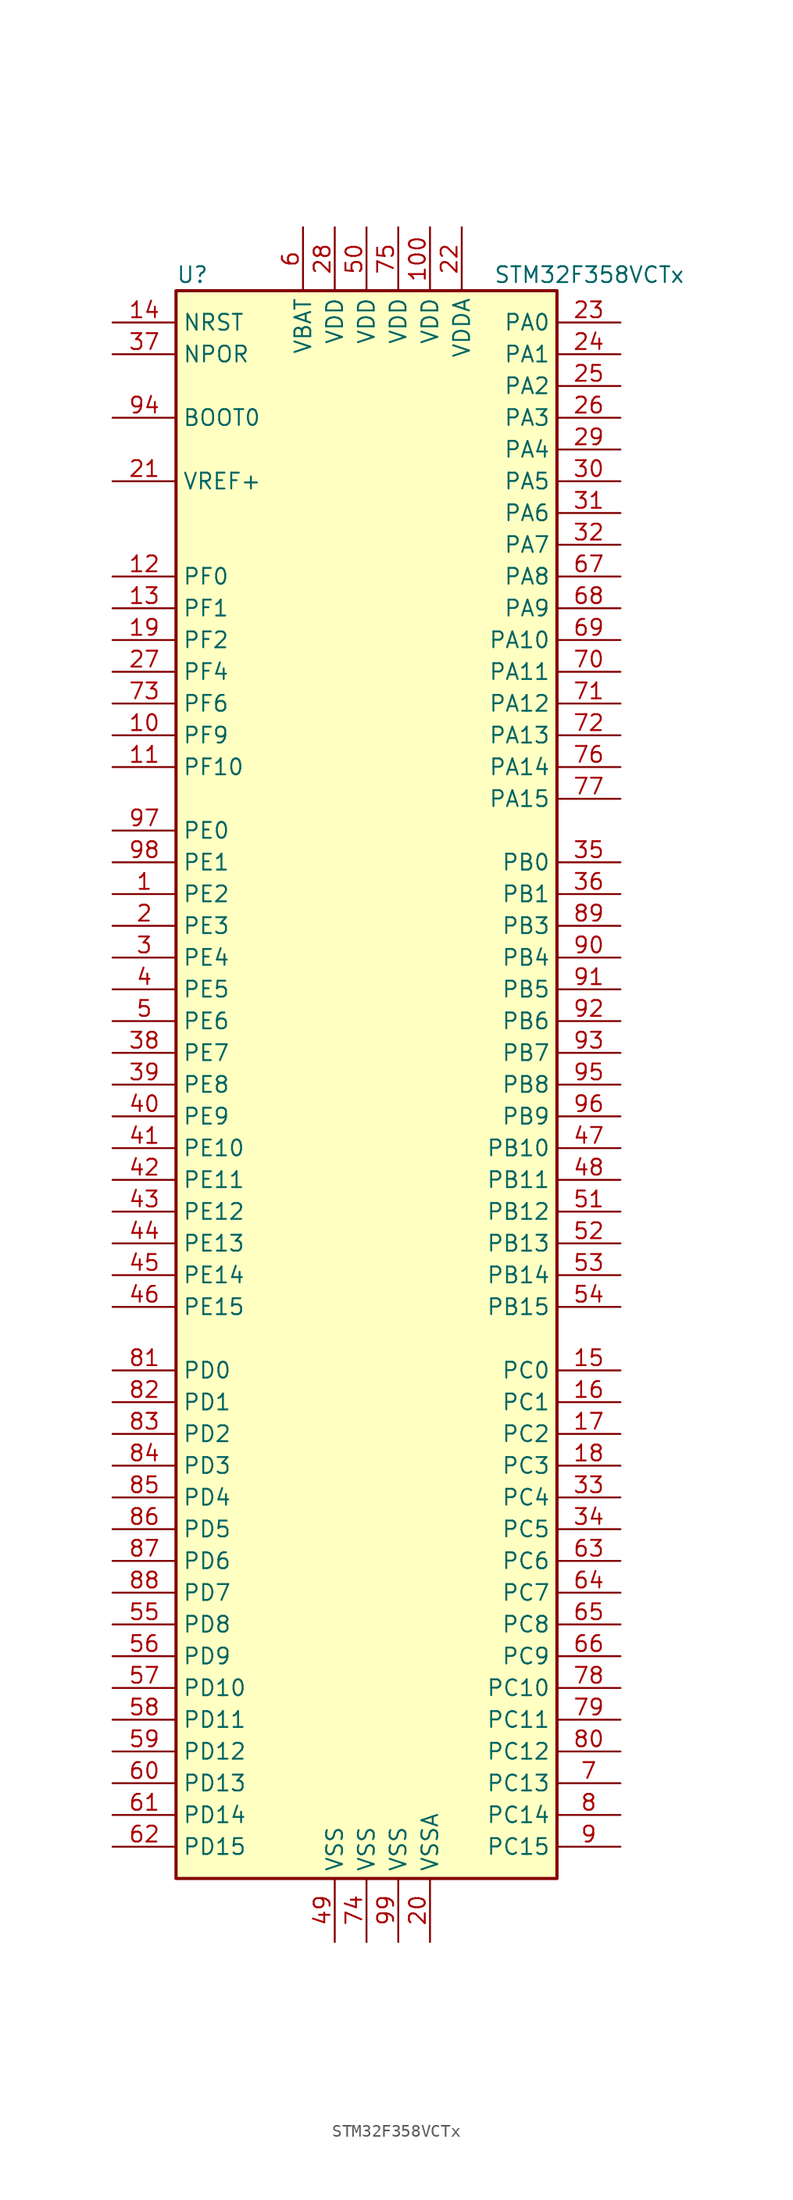
<source format=kicad_sym>
(kicad_symbol_lib
  (version 20201005)
  (generator kicad_symbol_editor)
  (symbol "STM32F358VCTx"
    (property "Reference" "U"
      (at -15.24 64.77 0)
      (effects (font (size 1.27 1.27)) (justify left)))
    (property "Value" "STM32F358VCTx"
      (at 10.16 64.77 0)
      (effects (font (size 1.27 1.27)) (justify left)))
    (symbol "STM32F358VCTx_0_1"
      (rectangle (start -15.24 -63.5) (end 15.24 63.5) (stroke (width 0.254)) (fill (type background))))
    (symbol "STM32F358VCTx_1_1"
      (pin bidirectional line (at -20.32 15.24 0) (length 5.08) (name "PE2" (effects (font (size 1.27 1.27)))) (number "1" (effects (font (size 1.27 1.27)))))
      (pin bidirectional line (at -20.32 27.94 0) (length 5.08) (name "PF9" (effects (font (size 1.27 1.27)))) (number "10" (effects (font (size 1.27 1.27)))))
      (pin power_in line (at 5.08 68.58 270) (length 5.08) (name "VDD" (effects (font (size 1.27 1.27)))) (number "100" (effects (font (size 1.27 1.27)))))
      (pin bidirectional line (at -20.32 25.4 0) (length 5.08) (name "PF10" (effects (font (size 1.27 1.27)))) (number "11" (effects (font (size 1.27 1.27)))))
      (pin input line (at -20.32 40.64 0) (length 5.08) (name "PF0" (effects (font (size 1.27 1.27)))) (number "12" (effects (font (size 1.27 1.27)))))
      (pin input line (at -20.32 38.1 0) (length 5.08) (name "PF1" (effects (font (size 1.27 1.27)))) (number "13" (effects (font (size 1.27 1.27)))))
      (pin input line (at -20.32 60.96 0) (length 5.08) (name "NRST" (effects (font (size 1.27 1.27)))) (number "14" (effects (font (size 1.27 1.27)))))
      (pin bidirectional line (at 20.32 -22.86 180) (length 5.08) (name "PC0" (effects (font (size 1.27 1.27)))) (number "15" (effects (font (size 1.27 1.27)))))
      (pin bidirectional line (at 20.32 -25.4 180) (length 5.08) (name "PC1" (effects (font (size 1.27 1.27)))) (number "16" (effects (font (size 1.27 1.27)))))
      (pin bidirectional line (at 20.32 -27.94 180) (length 5.08) (name "PC2" (effects (font (size 1.27 1.27)))) (number "17" (effects (font (size 1.27 1.27)))))
      (pin bidirectional line (at 20.32 -30.48 180) (length 5.08) (name "PC3" (effects (font (size 1.27 1.27)))) (number "18" (effects (font (size 1.27 1.27)))))
      (pin bidirectional line (at -20.32 35.56 0) (length 5.08) (name "PF2" (effects (font (size 1.27 1.27)))) (number "19" (effects (font (size 1.27 1.27)))))
      (pin bidirectional line (at -20.32 12.7 0) (length 5.08) (name "PE3" (effects (font (size 1.27 1.27)))) (number "2" (effects (font (size 1.27 1.27)))))
      (pin power_in line (at 5.08 -68.58 90) (length 5.08) (name "VSSA" (effects (font (size 1.27 1.27)))) (number "20" (effects (font (size 1.27 1.27)))))
      (pin power_in line (at -20.32 48.26 0) (length 5.08) (name "VREF+" (effects (font (size 1.27 1.27)))) (number "21" (effects (font (size 1.27 1.27)))))
      (pin power_in line (at 7.62 68.58 270) (length 5.08) (name "VDDA" (effects (font (size 1.27 1.27)))) (number "22" (effects (font (size 1.27 1.27)))))
      (pin bidirectional line (at 20.32 60.96 180) (length 5.08) (name "PA0" (effects (font (size 1.27 1.27)))) (number "23" (effects (font (size 1.27 1.27)))))
      (pin bidirectional line (at 20.32 58.42 180) (length 5.08) (name "PA1" (effects (font (size 1.27 1.27)))) (number "24" (effects (font (size 1.27 1.27)))))
      (pin bidirectional line (at 20.32 55.88 180) (length 5.08) (name "PA2" (effects (font (size 1.27 1.27)))) (number "25" (effects (font (size 1.27 1.27)))))
      (pin bidirectional line (at 20.32 53.34 180) (length 5.08) (name "PA3" (effects (font (size 1.27 1.27)))) (number "26" (effects (font (size 1.27 1.27)))))
      (pin bidirectional line (at -20.32 33.02 0) (length 5.08) (name "PF4" (effects (font (size 1.27 1.27)))) (number "27" (effects (font (size 1.27 1.27)))))
      (pin power_in line (at -2.54 68.58 270) (length 5.08) (name "VDD" (effects (font (size 1.27 1.27)))) (number "28" (effects (font (size 1.27 1.27)))))
      (pin bidirectional line (at 20.32 50.8 180) (length 5.08) (name "PA4" (effects (font (size 1.27 1.27)))) (number "29" (effects (font (size 1.27 1.27)))))
      (pin bidirectional line (at -20.32 10.16 0) (length 5.08) (name "PE4" (effects (font (size 1.27 1.27)))) (number "3" (effects (font (size 1.27 1.27)))))
      (pin bidirectional line (at 20.32 48.26 180) (length 5.08) (name "PA5" (effects (font (size 1.27 1.27)))) (number "30" (effects (font (size 1.27 1.27)))))
      (pin bidirectional line (at 20.32 45.72 180) (length 5.08) (name "PA6" (effects (font (size 1.27 1.27)))) (number "31" (effects (font (size 1.27 1.27)))))
      (pin bidirectional line (at 20.32 43.18 180) (length 5.08) (name "PA7" (effects (font (size 1.27 1.27)))) (number "32" (effects (font (size 1.27 1.27)))))
      (pin bidirectional line (at 20.32 -33.02 180) (length 5.08) (name "PC4" (effects (font (size 1.27 1.27)))) (number "33" (effects (font (size 1.27 1.27)))))
      (pin bidirectional line (at 20.32 -35.56 180) (length 5.08) (name "PC5" (effects (font (size 1.27 1.27)))) (number "34" (effects (font (size 1.27 1.27)))))
      (pin bidirectional line (at 20.32 17.78 180) (length 5.08) (name "PB0" (effects (font (size 1.27 1.27)))) (number "35" (effects (font (size 1.27 1.27)))))
      (pin bidirectional line (at 20.32 15.24 180) (length 5.08) (name "PB1" (effects (font (size 1.27 1.27)))) (number "36" (effects (font (size 1.27 1.27)))))
      (pin input line (at -20.32 58.42 0) (length 5.08) (name "NPOR" (effects (font (size 1.27 1.27)))) (number "37" (effects (font (size 1.27 1.27)))))
      (pin bidirectional line (at -20.32 2.54 0) (length 5.08) (name "PE7" (effects (font (size 1.27 1.27)))) (number "38" (effects (font (size 1.27 1.27)))))
      (pin bidirectional line (at -20.32 0 0) (length 5.08) (name "PE8" (effects (font (size 1.27 1.27)))) (number "39" (effects (font (size 1.27 1.27)))))
      (pin bidirectional line (at -20.32 7.62 0) (length 5.08) (name "PE5" (effects (font (size 1.27 1.27)))) (number "4" (effects (font (size 1.27 1.27)))))
      (pin bidirectional line (at -20.32 -2.54 0) (length 5.08) (name "PE9" (effects (font (size 1.27 1.27)))) (number "40" (effects (font (size 1.27 1.27)))))
      (pin bidirectional line (at -20.32 -5.08 0) (length 5.08) (name "PE10" (effects (font (size 1.27 1.27)))) (number "41" (effects (font (size 1.27 1.27)))))
      (pin bidirectional line (at -20.32 -7.62 0) (length 5.08) (name "PE11" (effects (font (size 1.27 1.27)))) (number "42" (effects (font (size 1.27 1.27)))))
      (pin bidirectional line (at -20.32 -10.16 0) (length 5.08) (name "PE12" (effects (font (size 1.27 1.27)))) (number "43" (effects (font (size 1.27 1.27)))))
      (pin bidirectional line (at -20.32 -12.7 0) (length 5.08) (name "PE13" (effects (font (size 1.27 1.27)))) (number "44" (effects (font (size 1.27 1.27)))))
      (pin bidirectional line (at -20.32 -15.24 0) (length 5.08) (name "PE14" (effects (font (size 1.27 1.27)))) (number "45" (effects (font (size 1.27 1.27)))))
      (pin bidirectional line (at -20.32 -17.78 0) (length 5.08) (name "PE15" (effects (font (size 1.27 1.27)))) (number "46" (effects (font (size 1.27 1.27)))))
      (pin bidirectional line (at 20.32 -5.08 180) (length 5.08) (name "PB10" (effects (font (size 1.27 1.27)))) (number "47" (effects (font (size 1.27 1.27)))))
      (pin bidirectional line (at 20.32 -7.62 180) (length 5.08) (name "PB11" (effects (font (size 1.27 1.27)))) (number "48" (effects (font (size 1.27 1.27)))))
      (pin power_in line (at -2.54 -68.58 90) (length 5.08) (name "VSS" (effects (font (size 1.27 1.27)))) (number "49" (effects (font (size 1.27 1.27)))))
      (pin bidirectional line (at -20.32 5.08 0) (length 5.08) (name "PE6" (effects (font (size 1.27 1.27)))) (number "5" (effects (font (size 1.27 1.27)))))
      (pin power_in line (at 0 68.58 270) (length 5.08) (name "VDD" (effects (font (size 1.27 1.27)))) (number "50" (effects (font (size 1.27 1.27)))))
      (pin bidirectional line (at 20.32 -10.16 180) (length 5.08) (name "PB12" (effects (font (size 1.27 1.27)))) (number "51" (effects (font (size 1.27 1.27)))))
      (pin bidirectional line (at 20.32 -12.7 180) (length 5.08) (name "PB13" (effects (font (size 1.27 1.27)))) (number "52" (effects (font (size 1.27 1.27)))))
      (pin bidirectional line (at 20.32 -15.24 180) (length 5.08) (name "PB14" (effects (font (size 1.27 1.27)))) (number "53" (effects (font (size 1.27 1.27)))))
      (pin bidirectional line (at 20.32 -17.78 180) (length 5.08) (name "PB15" (effects (font (size 1.27 1.27)))) (number "54" (effects (font (size 1.27 1.27)))))
      (pin bidirectional line (at -20.32 -43.18 0) (length 5.08) (name "PD8" (effects (font (size 1.27 1.27)))) (number "55" (effects (font (size 1.27 1.27)))))
      (pin bidirectional line (at -20.32 -45.72 0) (length 5.08) (name "PD9" (effects (font (size 1.27 1.27)))) (number "56" (effects (font (size 1.27 1.27)))))
      (pin bidirectional line (at -20.32 -48.26 0) (length 5.08) (name "PD10" (effects (font (size 1.27 1.27)))) (number "57" (effects (font (size 1.27 1.27)))))
      (pin bidirectional line (at -20.32 -50.8 0) (length 5.08) (name "PD11" (effects (font (size 1.27 1.27)))) (number "58" (effects (font (size 1.27 1.27)))))
      (pin bidirectional line (at -20.32 -53.34 0) (length 5.08) (name "PD12" (effects (font (size 1.27 1.27)))) (number "59" (effects (font (size 1.27 1.27)))))
      (pin power_in line (at -5.08 68.58 270) (length 5.08) (name "VBAT" (effects (font (size 1.27 1.27)))) (number "6" (effects (font (size 1.27 1.27)))))
      (pin bidirectional line (at -20.32 -55.88 0) (length 5.08) (name "PD13" (effects (font (size 1.27 1.27)))) (number "60" (effects (font (size 1.27 1.27)))))
      (pin bidirectional line (at -20.32 -58.42 0) (length 5.08) (name "PD14" (effects (font (size 1.27 1.27)))) (number "61" (effects (font (size 1.27 1.27)))))
      (pin bidirectional line (at -20.32 -60.96 0) (length 5.08) (name "PD15" (effects (font (size 1.27 1.27)))) (number "62" (effects (font (size 1.27 1.27)))))
      (pin bidirectional line (at 20.32 -38.1 180) (length 5.08) (name "PC6" (effects (font (size 1.27 1.27)))) (number "63" (effects (font (size 1.27 1.27)))))
      (pin bidirectional line (at 20.32 -40.64 180) (length 5.08) (name "PC7" (effects (font (size 1.27 1.27)))) (number "64" (effects (font (size 1.27 1.27)))))
      (pin bidirectional line (at 20.32 -43.18 180) (length 5.08) (name "PC8" (effects (font (size 1.27 1.27)))) (number "65" (effects (font (size 1.27 1.27)))))
      (pin bidirectional line (at 20.32 -45.72 180) (length 5.08) (name "PC9" (effects (font (size 1.27 1.27)))) (number "66" (effects (font (size 1.27 1.27)))))
      (pin bidirectional line (at 20.32 40.64 180) (length 5.08) (name "PA8" (effects (font (size 1.27 1.27)))) (number "67" (effects (font (size 1.27 1.27)))))
      (pin bidirectional line (at 20.32 38.1 180) (length 5.08) (name "PA9" (effects (font (size 1.27 1.27)))) (number "68" (effects (font (size 1.27 1.27)))))
      (pin bidirectional line (at 20.32 35.56 180) (length 5.08) (name "PA10" (effects (font (size 1.27 1.27)))) (number "69" (effects (font (size 1.27 1.27)))))
      (pin bidirectional line (at 20.32 -55.88 180) (length 5.08) (name "PC13" (effects (font (size 1.27 1.27)))) (number "7" (effects (font (size 1.27 1.27)))))
      (pin bidirectional line (at 20.32 33.02 180) (length 5.08) (name "PA11" (effects (font (size 1.27 1.27)))) (number "70" (effects (font (size 1.27 1.27)))))
      (pin bidirectional line (at 20.32 30.48 180) (length 5.08) (name "PA12" (effects (font (size 1.27 1.27)))) (number "71" (effects (font (size 1.27 1.27)))))
      (pin bidirectional line (at 20.32 27.94 180) (length 5.08) (name "PA13" (effects (font (size 1.27 1.27)))) (number "72" (effects (font (size 1.27 1.27)))))
      (pin bidirectional line (at -20.32 30.48 0) (length 5.08) (name "PF6" (effects (font (size 1.27 1.27)))) (number "73" (effects (font (size 1.27 1.27)))))
      (pin power_in line (at 0 -68.58 90) (length 5.08) (name "VSS" (effects (font (size 1.27 1.27)))) (number "74" (effects (font (size 1.27 1.27)))))
      (pin power_in line (at 2.54 68.58 270) (length 5.08) (name "VDD" (effects (font (size 1.27 1.27)))) (number "75" (effects (font (size 1.27 1.27)))))
      (pin bidirectional line (at 20.32 25.4 180) (length 5.08) (name "PA14" (effects (font (size 1.27 1.27)))) (number "76" (effects (font (size 1.27 1.27)))))
      (pin bidirectional line (at 20.32 22.86 180) (length 5.08) (name "PA15" (effects (font (size 1.27 1.27)))) (number "77" (effects (font (size 1.27 1.27)))))
      (pin bidirectional line (at 20.32 -48.26 180) (length 5.08) (name "PC10" (effects (font (size 1.27 1.27)))) (number "78" (effects (font (size 1.27 1.27)))))
      (pin bidirectional line (at 20.32 -50.8 180) (length 5.08) (name "PC11" (effects (font (size 1.27 1.27)))) (number "79" (effects (font (size 1.27 1.27)))))
      (pin bidirectional line (at 20.32 -58.42 180) (length 5.08) (name "PC14" (effects (font (size 1.27 1.27)))) (number "8" (effects (font (size 1.27 1.27)))))
      (pin bidirectional line (at 20.32 -53.34 180) (length 5.08) (name "PC12" (effects (font (size 1.27 1.27)))) (number "80" (effects (font (size 1.27 1.27)))))
      (pin bidirectional line (at -20.32 -22.86 0) (length 5.08) (name "PD0" (effects (font (size 1.27 1.27)))) (number "81" (effects (font (size 1.27 1.27)))))
      (pin bidirectional line (at -20.32 -25.4 0) (length 5.08) (name "PD1" (effects (font (size 1.27 1.27)))) (number "82" (effects (font (size 1.27 1.27)))))
      (pin bidirectional line (at -20.32 -27.94 0) (length 5.08) (name "PD2" (effects (font (size 1.27 1.27)))) (number "83" (effects (font (size 1.27 1.27)))))
      (pin bidirectional line (at -20.32 -30.48 0) (length 5.08) (name "PD3" (effects (font (size 1.27 1.27)))) (number "84" (effects (font (size 1.27 1.27)))))
      (pin bidirectional line (at -20.32 -33.02 0) (length 5.08) (name "PD4" (effects (font (size 1.27 1.27)))) (number "85" (effects (font (size 1.27 1.27)))))
      (pin bidirectional line (at -20.32 -35.56 0) (length 5.08) (name "PD5" (effects (font (size 1.27 1.27)))) (number "86" (effects (font (size 1.27 1.27)))))
      (pin bidirectional line (at -20.32 -38.1 0) (length 5.08) (name "PD6" (effects (font (size 1.27 1.27)))) (number "87" (effects (font (size 1.27 1.27)))))
      (pin bidirectional line (at -20.32 -40.64 0) (length 5.08) (name "PD7" (effects (font (size 1.27 1.27)))) (number "88" (effects (font (size 1.27 1.27)))))
      (pin bidirectional line (at 20.32 12.7 180) (length 5.08) (name "PB3" (effects (font (size 1.27 1.27)))) (number "89" (effects (font (size 1.27 1.27)))))
      (pin bidirectional line (at 20.32 -60.96 180) (length 5.08) (name "PC15" (effects (font (size 1.27 1.27)))) (number "9" (effects (font (size 1.27 1.27)))))
      (pin bidirectional line (at 20.32 10.16 180) (length 5.08) (name "PB4" (effects (font (size 1.27 1.27)))) (number "90" (effects (font (size 1.27 1.27)))))
      (pin bidirectional line (at 20.32 7.62 180) (length 5.08) (name "PB5" (effects (font (size 1.27 1.27)))) (number "91" (effects (font (size 1.27 1.27)))))
      (pin bidirectional line (at 20.32 5.08 180) (length 5.08) (name "PB6" (effects (font (size 1.27 1.27)))) (number "92" (effects (font (size 1.27 1.27)))))
      (pin bidirectional line (at 20.32 2.54 180) (length 5.08) (name "PB7" (effects (font (size 1.27 1.27)))) (number "93" (effects (font (size 1.27 1.27)))))
      (pin input line (at -20.32 53.34 0) (length 5.08) (name "BOOT0" (effects (font (size 1.27 1.27)))) (number "94" (effects (font (size 1.27 1.27)))))
      (pin bidirectional line (at 20.32 0 180) (length 5.08) (name "PB8" (effects (font (size 1.27 1.27)))) (number "95" (effects (font (size 1.27 1.27)))))
      (pin bidirectional line (at 20.32 -2.54 180) (length 5.08) (name "PB9" (effects (font (size 1.27 1.27)))) (number "96" (effects (font (size 1.27 1.27)))))
      (pin bidirectional line (at -20.32 20.32 0) (length 5.08) (name "PE0" (effects (font (size 1.27 1.27)))) (number "97" (effects (font (size 1.27 1.27)))))
      (pin bidirectional line (at -20.32 17.78 0) (length 5.08) (name "PE1" (effects (font (size 1.27 1.27)))) (number "98" (effects (font (size 1.27 1.27)))))
      (pin power_in line (at 2.54 -68.58 90) (length 5.08) (name "VSS" (effects (font (size 1.27 1.27)))) (number "99" (effects (font (size 1.27 1.27))))))))
</source>
